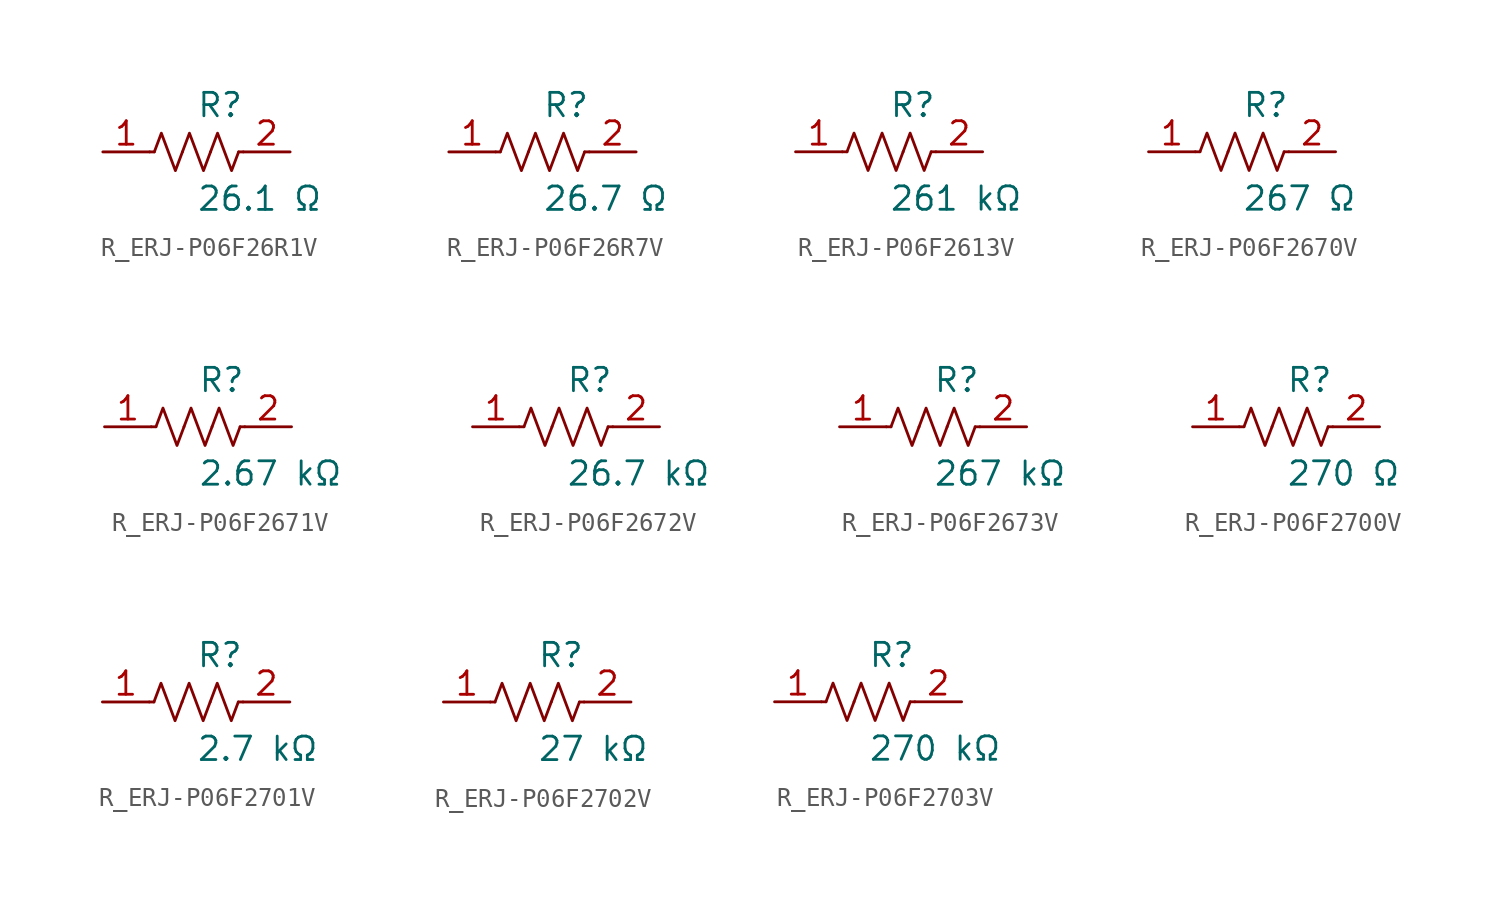
<source format=kicad_sym>
(kicad_symbol_lib
  (version 20231120)
  (generator kicad_symbol_editor)
  (generator_version 8.0)
  (symbol "R_ERJ-P06F26R1V"
    (pin_names
      (offset 0.254))
    (property "Reference" "R"
      (at 0 2.54 0)
      (effects (font (size 1.27 1.27)) (justify left)))
    (property "Value" "26.1 Ω"
      (at 0 -2.54 0)
      (effects (font (size 1.27 1.27)) (justify left)))
    (symbol "R_ERJ-P06F26R1V_0_1"
      (polyline (pts (xy 2.286 0) (xy 2.54 0)) (stroke (width 0) (type default)) (fill (type none)))
      (polyline (pts (xy -2.286 0) (xy -2.54 0)) (stroke (width 0) (type default)) (fill (type none)))
      (polyline (pts (xy 0.762 0) (xy 1.143 1.016) (xy 1.524 0) (xy 1.905 -1.016) (xy 2.286 0)) (stroke (width 0) (type default)) (fill (type none)))
      (polyline (pts (xy -0.762 0) (xy -0.381 1.016) (xy 0 0) (xy 0.381 -1.016) (xy 0.762 0)) (stroke (width 0) (type default)) (fill (type none)))
      (polyline (pts (xy -2.286 0) (xy -1.905 1.016) (xy -1.524 0) (xy -1.143 -1.016) (xy -0.762 0)) (stroke (width 0) (type default)) (fill (type none))))
    (pin passive line
      (at -5.08 0 0)
      (length 2.54)
      (name "" (effects (font (size 1.27 1.27))))
      (number "1" (effects (font (size 1.27 1.27)))))
    (pin passive line
      (at 5.08 0 180)
      (length 2.54)
      (name "" (effects (font (size 1.27 1.27))))
      (number "2" (effects (font (size 1.27 1.27))))))
  (symbol "R_ERJ-P06F26R7V"
    (pin_names
      (offset 0.254))
    (property "Reference" "R"
      (at 0 2.54 0)
      (effects (font (size 1.27 1.27)) (justify left)))
    (property "Value" "26.7 Ω"
      (at 0 -2.54 0)
      (effects (font (size 1.27 1.27)) (justify left)))
    (symbol "R_ERJ-P06F26R7V_0_1"
      (polyline (pts (xy 2.286 0) (xy 2.54 0)) (stroke (width 0) (type default)) (fill (type none)))
      (polyline (pts (xy -2.286 0) (xy -2.54 0)) (stroke (width 0) (type default)) (fill (type none)))
      (polyline (pts (xy 0.762 0) (xy 1.143 1.016) (xy 1.524 0) (xy 1.905 -1.016) (xy 2.286 0)) (stroke (width 0) (type default)) (fill (type none)))
      (polyline (pts (xy -0.762 0) (xy -0.381 1.016) (xy 0 0) (xy 0.381 -1.016) (xy 0.762 0)) (stroke (width 0) (type default)) (fill (type none)))
      (polyline (pts (xy -2.286 0) (xy -1.905 1.016) (xy -1.524 0) (xy -1.143 -1.016) (xy -0.762 0)) (stroke (width 0) (type default)) (fill (type none))))
    (pin passive line
      (at -5.08 0 0)
      (length 2.54)
      (name "" (effects (font (size 1.27 1.27))))
      (number "1" (effects (font (size 1.27 1.27)))))
    (pin passive line
      (at 5.08 0 180)
      (length 2.54)
      (name "" (effects (font (size 1.27 1.27))))
      (number "2" (effects (font (size 1.27 1.27))))))
  (symbol "R_ERJ-P06F2613V"
    (pin_names
      (offset 0.254))
    (property "Reference" "R"
      (at 0 2.54 0)
      (effects (font (size 1.27 1.27)) (justify left)))
    (property "Value" "261 kΩ"
      (at 0 -2.54 0)
      (effects (font (size 1.27 1.27)) (justify left)))
    (symbol "R_ERJ-P06F2613V_0_1"
      (polyline (pts (xy 2.286 0) (xy 2.54 0)) (stroke (width 0) (type default)) (fill (type none)))
      (polyline (pts (xy -2.286 0) (xy -2.54 0)) (stroke (width 0) (type default)) (fill (type none)))
      (polyline (pts (xy 0.762 0) (xy 1.143 1.016) (xy 1.524 0) (xy 1.905 -1.016) (xy 2.286 0)) (stroke (width 0) (type default)) (fill (type none)))
      (polyline (pts (xy -0.762 0) (xy -0.381 1.016) (xy 0 0) (xy 0.381 -1.016) (xy 0.762 0)) (stroke (width 0) (type default)) (fill (type none)))
      (polyline (pts (xy -2.286 0) (xy -1.905 1.016) (xy -1.524 0) (xy -1.143 -1.016) (xy -0.762 0)) (stroke (width 0) (type default)) (fill (type none))))
    (pin passive line
      (at -5.08 0 0)
      (length 2.54)
      (name "" (effects (font (size 1.27 1.27))))
      (number "1" (effects (font (size 1.27 1.27)))))
    (pin passive line
      (at 5.08 0 180)
      (length 2.54)
      (name "" (effects (font (size 1.27 1.27))))
      (number "2" (effects (font (size 1.27 1.27))))))
  (symbol "R_ERJ-P06F2670V"
    (pin_names
      (offset 0.254))
    (property "Reference" "R"
      (at 0 2.54 0)
      (effects (font (size 1.27 1.27)) (justify left)))
    (property "Value" "267 Ω"
      (at 0 -2.54 0)
      (effects (font (size 1.27 1.27)) (justify left)))
    (symbol "R_ERJ-P06F2670V_0_1"
      (polyline (pts (xy 2.286 0) (xy 2.54 0)) (stroke (width 0) (type default)) (fill (type none)))
      (polyline (pts (xy -2.286 0) (xy -2.54 0)) (stroke (width 0) (type default)) (fill (type none)))
      (polyline (pts (xy 0.762 0) (xy 1.143 1.016) (xy 1.524 0) (xy 1.905 -1.016) (xy 2.286 0)) (stroke (width 0) (type default)) (fill (type none)))
      (polyline (pts (xy -0.762 0) (xy -0.381 1.016) (xy 0 0) (xy 0.381 -1.016) (xy 0.762 0)) (stroke (width 0) (type default)) (fill (type none)))
      (polyline (pts (xy -2.286 0) (xy -1.905 1.016) (xy -1.524 0) (xy -1.143 -1.016) (xy -0.762 0)) (stroke (width 0) (type default)) (fill (type none))))
    (pin passive line
      (at -5.08 0 0)
      (length 2.54)
      (name "" (effects (font (size 1.27 1.27))))
      (number "1" (effects (font (size 1.27 1.27)))))
    (pin passive line
      (at 5.08 0 180)
      (length 2.54)
      (name "" (effects (font (size 1.27 1.27))))
      (number "2" (effects (font (size 1.27 1.27))))))
  (symbol "R_ERJ-P06F2671V"
    (pin_names
      (offset 0.254))
    (property "Reference" "R"
      (at 0 2.54 0)
      (effects (font (size 1.27 1.27)) (justify left)))
    (property "Value" "2.67 kΩ"
      (at 0 -2.54 0)
      (effects (font (size 1.27 1.27)) (justify left)))
    (symbol "R_ERJ-P06F2671V_0_1"
      (polyline (pts (xy 2.286 0) (xy 2.54 0)) (stroke (width 0) (type default)) (fill (type none)))
      (polyline (pts (xy -2.286 0) (xy -2.54 0)) (stroke (width 0) (type default)) (fill (type none)))
      (polyline (pts (xy 0.762 0) (xy 1.143 1.016) (xy 1.524 0) (xy 1.905 -1.016) (xy 2.286 0)) (stroke (width 0) (type default)) (fill (type none)))
      (polyline (pts (xy -0.762 0) (xy -0.381 1.016) (xy 0 0) (xy 0.381 -1.016) (xy 0.762 0)) (stroke (width 0) (type default)) (fill (type none)))
      (polyline (pts (xy -2.286 0) (xy -1.905 1.016) (xy -1.524 0) (xy -1.143 -1.016) (xy -0.762 0)) (stroke (width 0) (type default)) (fill (type none))))
    (pin passive line
      (at -5.08 0 0)
      (length 2.54)
      (name "" (effects (font (size 1.27 1.27))))
      (number "1" (effects (font (size 1.27 1.27)))))
    (pin passive line
      (at 5.08 0 180)
      (length 2.54)
      (name "" (effects (font (size 1.27 1.27))))
      (number "2" (effects (font (size 1.27 1.27))))))
  (symbol "R_ERJ-P06F2672V"
    (pin_names
      (offset 0.254))
    (property "Reference" "R"
      (at 0 2.54 0)
      (effects (font (size 1.27 1.27)) (justify left)))
    (property "Value" "26.7 kΩ"
      (at 0 -2.54 0)
      (effects (font (size 1.27 1.27)) (justify left)))
    (symbol "R_ERJ-P06F2672V_0_1"
      (polyline (pts (xy 2.286 0) (xy 2.54 0)) (stroke (width 0) (type default)) (fill (type none)))
      (polyline (pts (xy -2.286 0) (xy -2.54 0)) (stroke (width 0) (type default)) (fill (type none)))
      (polyline (pts (xy 0.762 0) (xy 1.143 1.016) (xy 1.524 0) (xy 1.905 -1.016) (xy 2.286 0)) (stroke (width 0) (type default)) (fill (type none)))
      (polyline (pts (xy -0.762 0) (xy -0.381 1.016) (xy 0 0) (xy 0.381 -1.016) (xy 0.762 0)) (stroke (width 0) (type default)) (fill (type none)))
      (polyline (pts (xy -2.286 0) (xy -1.905 1.016) (xy -1.524 0) (xy -1.143 -1.016) (xy -0.762 0)) (stroke (width 0) (type default)) (fill (type none))))
    (pin passive line
      (at -5.08 0 0)
      (length 2.54)
      (name "" (effects (font (size 1.27 1.27))))
      (number "1" (effects (font (size 1.27 1.27)))))
    (pin passive line
      (at 5.08 0 180)
      (length 2.54)
      (name "" (effects (font (size 1.27 1.27))))
      (number "2" (effects (font (size 1.27 1.27))))))
  (symbol "R_ERJ-P06F2673V"
    (pin_names
      (offset 0.254))
    (property "Reference" "R"
      (at 0 2.54 0)
      (effects (font (size 1.27 1.27)) (justify left)))
    (property "Value" "267 kΩ"
      (at 0 -2.54 0)
      (effects (font (size 1.27 1.27)) (justify left)))
    (symbol "R_ERJ-P06F2673V_0_1"
      (polyline (pts (xy 2.286 0) (xy 2.54 0)) (stroke (width 0) (type default)) (fill (type none)))
      (polyline (pts (xy -2.286 0) (xy -2.54 0)) (stroke (width 0) (type default)) (fill (type none)))
      (polyline (pts (xy 0.762 0) (xy 1.143 1.016) (xy 1.524 0) (xy 1.905 -1.016) (xy 2.286 0)) (stroke (width 0) (type default)) (fill (type none)))
      (polyline (pts (xy -0.762 0) (xy -0.381 1.016) (xy 0 0) (xy 0.381 -1.016) (xy 0.762 0)) (stroke (width 0) (type default)) (fill (type none)))
      (polyline (pts (xy -2.286 0) (xy -1.905 1.016) (xy -1.524 0) (xy -1.143 -1.016) (xy -0.762 0)) (stroke (width 0) (type default)) (fill (type none))))
    (pin passive line
      (at -5.08 0 0)
      (length 2.54)
      (name "" (effects (font (size 1.27 1.27))))
      (number "1" (effects (font (size 1.27 1.27)))))
    (pin passive line
      (at 5.08 0 180)
      (length 2.54)
      (name "" (effects (font (size 1.27 1.27))))
      (number "2" (effects (font (size 1.27 1.27))))))
  (symbol "R_ERJ-P06F2700V"
    (pin_names
      (offset 0.254))
    (property "Reference" "R"
      (at 0 2.54 0)
      (effects (font (size 1.27 1.27)) (justify left)))
    (property "Value" "270 Ω"
      (at 0 -2.54 0)
      (effects (font (size 1.27 1.27)) (justify left)))
    (symbol "R_ERJ-P06F2700V_0_1"
      (polyline (pts (xy 2.286 0) (xy 2.54 0)) (stroke (width 0) (type default)) (fill (type none)))
      (polyline (pts (xy -2.286 0) (xy -2.54 0)) (stroke (width 0) (type default)) (fill (type none)))
      (polyline (pts (xy 0.762 0) (xy 1.143 1.016) (xy 1.524 0) (xy 1.905 -1.016) (xy 2.286 0)) (stroke (width 0) (type default)) (fill (type none)))
      (polyline (pts (xy -0.762 0) (xy -0.381 1.016) (xy 0 0) (xy 0.381 -1.016) (xy 0.762 0)) (stroke (width 0) (type default)) (fill (type none)))
      (polyline (pts (xy -2.286 0) (xy -1.905 1.016) (xy -1.524 0) (xy -1.143 -1.016) (xy -0.762 0)) (stroke (width 0) (type default)) (fill (type none))))
    (pin passive line
      (at -5.08 0 0)
      (length 2.54)
      (name "" (effects (font (size 1.27 1.27))))
      (number "1" (effects (font (size 1.27 1.27)))))
    (pin passive line
      (at 5.08 0 180)
      (length 2.54)
      (name "" (effects (font (size 1.27 1.27))))
      (number "2" (effects (font (size 1.27 1.27))))))
  (symbol "R_ERJ-P06F2701V"
    (pin_names
      (offset 0.254))
    (property "Reference" "R"
      (at 0 2.54 0)
      (effects (font (size 1.27 1.27)) (justify left)))
    (property "Value" "2.7 kΩ"
      (at 0 -2.54 0)
      (effects (font (size 1.27 1.27)) (justify left)))
    (symbol "R_ERJ-P06F2701V_0_1"
      (polyline (pts (xy 2.286 0) (xy 2.54 0)) (stroke (width 0) (type default)) (fill (type none)))
      (polyline (pts (xy -2.286 0) (xy -2.54 0)) (stroke (width 0) (type default)) (fill (type none)))
      (polyline (pts (xy 0.762 0) (xy 1.143 1.016) (xy 1.524 0) (xy 1.905 -1.016) (xy 2.286 0)) (stroke (width 0) (type default)) (fill (type none)))
      (polyline (pts (xy -0.762 0) (xy -0.381 1.016) (xy 0 0) (xy 0.381 -1.016) (xy 0.762 0)) (stroke (width 0) (type default)) (fill (type none)))
      (polyline (pts (xy -2.286 0) (xy -1.905 1.016) (xy -1.524 0) (xy -1.143 -1.016) (xy -0.762 0)) (stroke (width 0) (type default)) (fill (type none))))
    (pin passive line
      (at -5.08 0 0)
      (length 2.54)
      (name "" (effects (font (size 1.27 1.27))))
      (number "1" (effects (font (size 1.27 1.27)))))
    (pin passive line
      (at 5.08 0 180)
      (length 2.54)
      (name "" (effects (font (size 1.27 1.27))))
      (number "2" (effects (font (size 1.27 1.27))))))
  (symbol "R_ERJ-P06F2702V"
    (pin_names
      (offset 0.254))
    (property "Reference" "R"
      (at 0 2.54 0)
      (effects (font (size 1.27 1.27)) (justify left)))
    (property "Value" "27 kΩ"
      (at 0 -2.54 0)
      (effects (font (size 1.27 1.27)) (justify left)))
    (symbol "R_ERJ-P06F2702V_0_1"
      (polyline (pts (xy 2.286 0) (xy 2.54 0)) (stroke (width 0) (type default)) (fill (type none)))
      (polyline (pts (xy -2.286 0) (xy -2.54 0)) (stroke (width 0) (type default)) (fill (type none)))
      (polyline (pts (xy 0.762 0) (xy 1.143 1.016) (xy 1.524 0) (xy 1.905 -1.016) (xy 2.286 0)) (stroke (width 0) (type default)) (fill (type none)))
      (polyline (pts (xy -0.762 0) (xy -0.381 1.016) (xy 0 0) (xy 0.381 -1.016) (xy 0.762 0)) (stroke (width 0) (type default)) (fill (type none)))
      (polyline (pts (xy -2.286 0) (xy -1.905 1.016) (xy -1.524 0) (xy -1.143 -1.016) (xy -0.762 0)) (stroke (width 0) (type default)) (fill (type none))))
    (pin passive line
      (at -5.08 0 0)
      (length 2.54)
      (name "" (effects (font (size 1.27 1.27))))
      (number "1" (effects (font (size 1.27 1.27)))))
    (pin passive line
      (at 5.08 0 180)
      (length 2.54)
      (name "" (effects (font (size 1.27 1.27))))
      (number "2" (effects (font (size 1.27 1.27))))))
  (symbol "R_ERJ-P06F2703V"
    (pin_names
      (offset 0.254))
    (property "Reference" "R"
      (at 0 2.54 0)
      (effects (font (size 1.27 1.27)) (justify left)))
    (property "Value" "270 kΩ"
      (at 0 -2.54 0)
      (effects (font (size 1.27 1.27)) (justify left)))
    (symbol "R_ERJ-P06F2703V_0_1"
      (polyline (pts (xy 2.286 0) (xy 2.54 0)) (stroke (width 0) (type default)) (fill (type none)))
      (polyline (pts (xy -2.286 0) (xy -2.54 0)) (stroke (width 0) (type default)) (fill (type none)))
      (polyline (pts (xy 0.762 0) (xy 1.143 1.016) (xy 1.524 0) (xy 1.905 -1.016) (xy 2.286 0)) (stroke (width 0) (type default)) (fill (type none)))
      (polyline (pts (xy -0.762 0) (xy -0.381 1.016) (xy 0 0) (xy 0.381 -1.016) (xy 0.762 0)) (stroke (width 0) (type default)) (fill (type none)))
      (polyline (pts (xy -2.286 0) (xy -1.905 1.016) (xy -1.524 0) (xy -1.143 -1.016) (xy -0.762 0)) (stroke (width 0) (type default)) (fill (type none))))
    (pin passive line
      (at -5.08 0 0)
      (length 2.54)
      (name "" (effects (font (size 1.27 1.27))))
      (number "1" (effects (font (size 1.27 1.27)))))
    (pin passive line
      (at 5.08 0 180)
      (length 2.54)
      (name "" (effects (font (size 1.27 1.27))))
      (number "2" (effects (font (size 1.27 1.27)))))))
</source>
